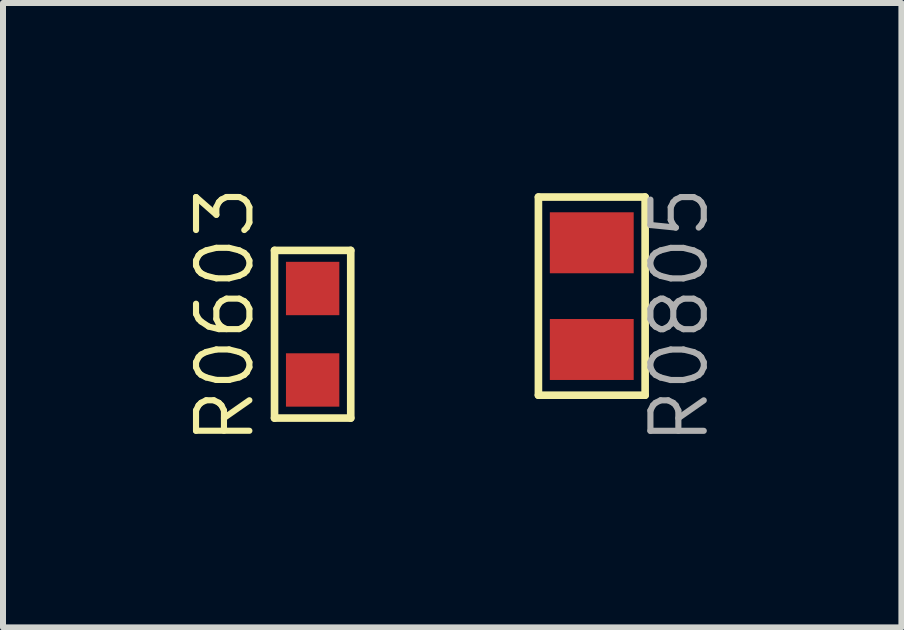
<source format=kicad_pcb>
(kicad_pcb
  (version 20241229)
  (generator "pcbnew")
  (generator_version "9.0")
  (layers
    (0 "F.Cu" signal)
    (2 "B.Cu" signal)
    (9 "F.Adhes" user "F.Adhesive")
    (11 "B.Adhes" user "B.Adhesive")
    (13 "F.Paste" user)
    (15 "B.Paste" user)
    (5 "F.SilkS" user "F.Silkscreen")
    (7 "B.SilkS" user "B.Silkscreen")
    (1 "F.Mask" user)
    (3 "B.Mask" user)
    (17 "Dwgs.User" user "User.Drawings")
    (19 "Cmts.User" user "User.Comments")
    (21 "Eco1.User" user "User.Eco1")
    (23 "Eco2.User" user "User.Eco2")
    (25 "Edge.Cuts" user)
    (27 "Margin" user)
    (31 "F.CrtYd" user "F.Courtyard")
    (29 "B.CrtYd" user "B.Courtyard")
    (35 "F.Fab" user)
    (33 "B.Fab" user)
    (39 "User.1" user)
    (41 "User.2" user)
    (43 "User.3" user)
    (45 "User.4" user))
  (footprint "R0805"
    (layer "F.Cu")
    (at 6.81 1.884)
    (property "Reference" "R0805" (at 1.46 0.318 90) (layer "F.Fab") (effects (font (size 0.889 0.889) (thickness 0.102))))
    (attr smd)
    (fp_line (start -0.889 -1.651) (end 0.889 -1.651) (stroke (width 0.127) (type solid)) (layer "F.SilkS"))
    (fp_line (start -0.889 1.651) (end -0.889 -1.651) (stroke (width 0.127) (type solid)) (layer "F.SilkS"))
    (fp_line (start 0.889 -1.651) (end 0.889 1.651) (stroke (width 0.127) (type solid)) (layer "F.SilkS"))
    (fp_line (start 0.889 1.651) (end -0.889 1.651) (stroke (width 0.127) (type solid)) (layer "F.SilkS"))
    (pad "1" smd rect (at 0 -0.889 270) (size 1.016 1.397) (layers "F.Cu" "F.Mask" "F.Paste"))
    (pad "2" smd rect (at 0 0.889 270) (size 1.016 1.397) (layers "F.Cu" "F.Mask" "F.Paste")))
  (footprint "R0603"
    (layer "F.Cu")
    (at 2.159 2.519)
    (property "Reference" "R0603" (at -1.46 -0.318 90) (layer "F.SilkS") (effects (font (size 0.889 0.889) (thickness 0.102))))
    (attr smd)
    (fp_line (start -0.635 -1.397) (end 0.635 -1.397) (stroke (width 0.127) (type solid)) (layer "F.SilkS"))
    (fp_line (start -0.635 1.397) (end -0.635 -1.397) (stroke (width 0.127) (type solid)) (layer "F.SilkS"))
    (fp_line (start 0.635 -1.397) (end 0.635 1.397) (stroke (width 0.127) (type solid)) (layer "F.SilkS"))
    (fp_line (start 0.635 1.397) (end -0.635 1.397) (stroke (width 0.127) (type solid)) (layer "F.SilkS"))
    (pad "1" smd rect (at 0 -0.762 270) (size 0.889 0.889) (layers "F.Cu" "F.Mask" "F.Paste"))
    (pad "2" smd rect (at 0 0.762 270) (size 0.889 0.889) (layers "F.Cu" "F.Mask" "F.Paste")))
  (gr_rect
    (start -3 -3)
    (end 11.969 7.403)
    (stroke (width 0.1) (type default))
    (fill no)
    (layer "Edge.Cuts")))
</source>
